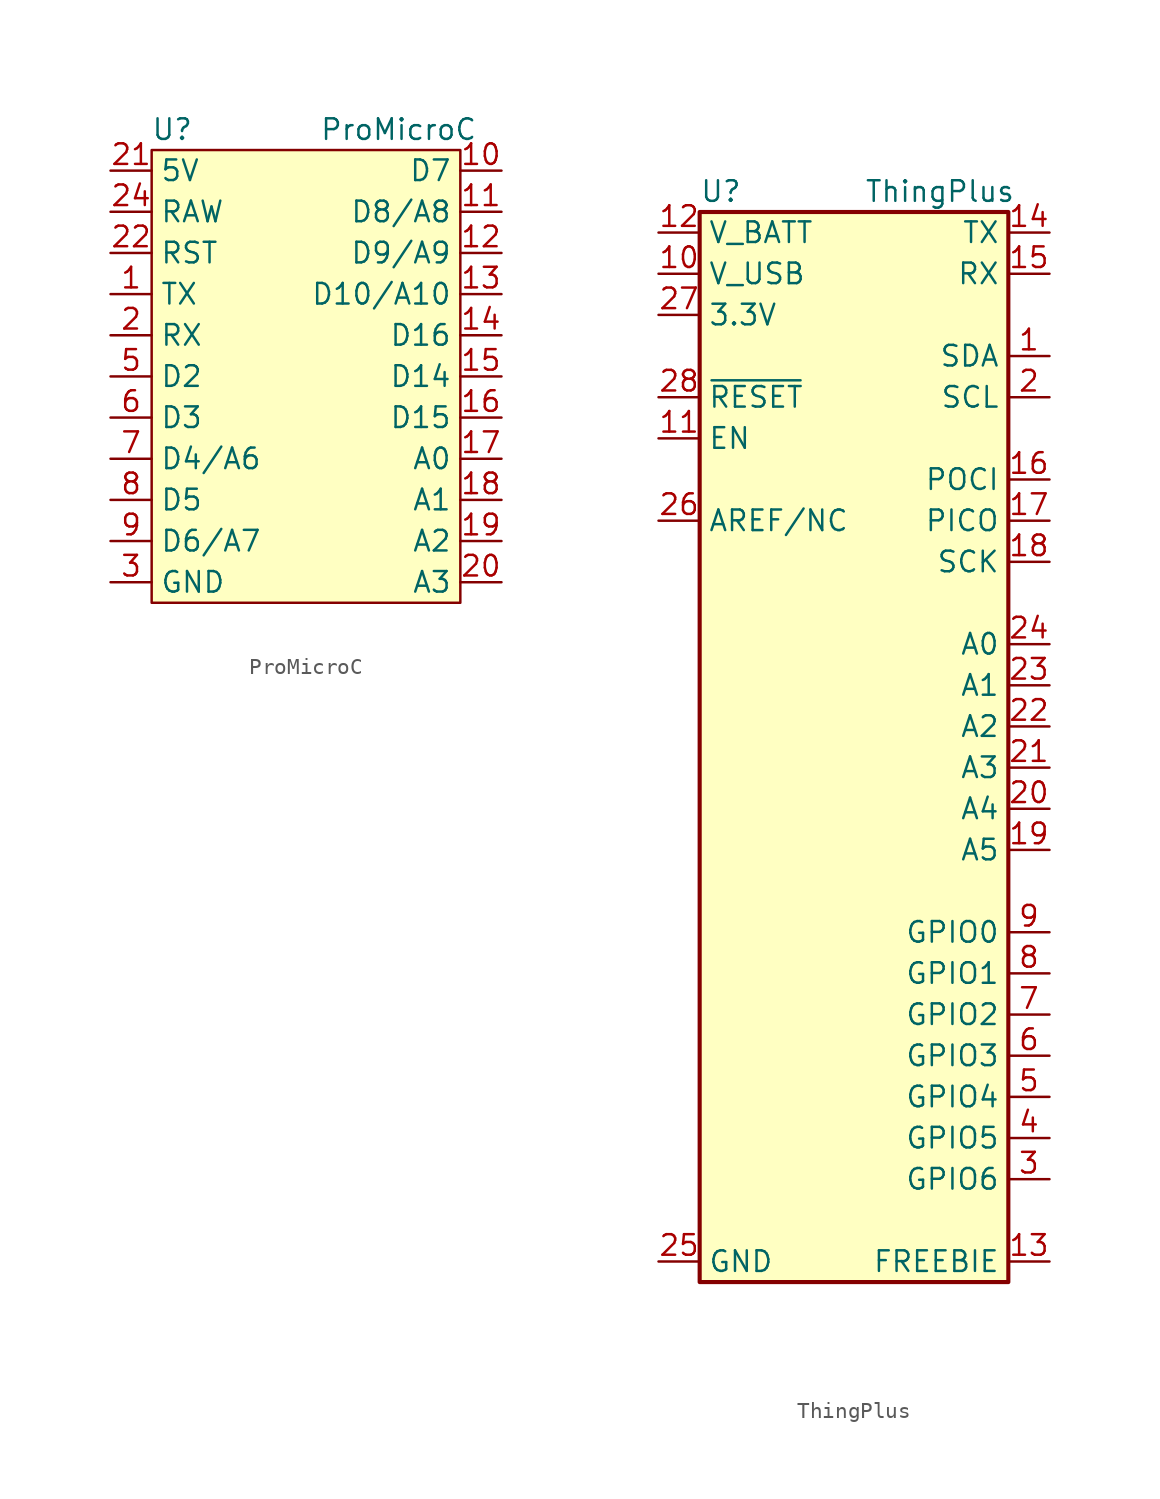
<source format=kicad_sym>
(kicad_symbol_lib
  (version 20220914)
  (generator kicad_symbol_editor)
  (symbol "ProMicroC"
    (property "Reference" "U"
      (at 1.27 0 0)
      (effects (font (size 1.27 1.27))))
    (property "Value" "ProMicroC"
      (at 15.24 0 0)
      (effects (font (size 1.27 1.27))))
    (symbol "ProMicroC_1_1"
      (rectangle (start 0 -1.27) (end 19.05 -29.21) (stroke (width 0) (type default)) (fill (type background)))
      (pin input line (at -2.54 -10.16 0) (length 2.54) (name "TX" (effects (font (size 1.27 1.27)))) (number "1" (effects (font (size 1.27 1.27)))))
      (pin input line (at 21.59 -2.54 180) (length 2.54) (name "D7" (effects (font (size 1.27 1.27)))) (number "10" (effects (font (size 1.27 1.27)))))
      (pin input line (at 21.59 -5.08 180) (length 2.54) (name "D8/A8" (effects (font (size 1.27 1.27)))) (number "11" (effects (font (size 1.27 1.27)))))
      (pin input line (at 21.59 -7.62 180) (length 2.54) (name "D9/A9" (effects (font (size 1.27 1.27)))) (number "12" (effects (font (size 1.27 1.27)))))
      (pin input line (at 21.59 -10.16 180) (length 2.54) (name "D10/A10" (effects (font (size 1.27 1.27)))) (number "13" (effects (font (size 1.27 1.27)))))
      (pin input line (at 21.59 -12.7 180) (length 2.54) (name "D16" (effects (font (size 1.27 1.27)))) (number "14" (effects (font (size 1.27 1.27)))))
      (pin input line (at 21.59 -15.24 180) (length 2.54) (name "D14" (effects (font (size 1.27 1.27)))) (number "15" (effects (font (size 1.27 1.27)))))
      (pin input line (at 21.59 -17.78 180) (length 2.54) (name "D15" (effects (font (size 1.27 1.27)))) (number "16" (effects (font (size 1.27 1.27)))))
      (pin input line (at 21.59 -20.32 180) (length 2.54) (name "A0" (effects (font (size 1.27 1.27)))) (number "17" (effects (font (size 1.27 1.27)))))
      (pin input line (at 21.59 -22.86 180) (length 2.54) (name "A1" (effects (font (size 1.27 1.27)))) (number "18" (effects (font (size 1.27 1.27)))))
      (pin input line (at 21.59 -25.4 180) (length 2.54) (name "A2" (effects (font (size 1.27 1.27)))) (number "19" (effects (font (size 1.27 1.27)))))
      (pin input line (at -2.54 -12.7 0) (length 2.54) (name "RX" (effects (font (size 1.27 1.27)))) (number "2" (effects (font (size 1.27 1.27)))))
      (pin input line (at 21.59 -27.94 180) (length 2.54) (name "A3" (effects (font (size 1.27 1.27)))) (number "20" (effects (font (size 1.27 1.27)))))
      (pin input line (at -2.54 -2.54 0) (length 2.54) (name "5V" (effects (font (size 1.27 1.27)))) (number "21" (effects (font (size 1.27 1.27)))))
      (pin input line (at -2.54 -7.62 0) (length 2.54) (name "RST" (effects (font (size 1.27 1.27)))) (number "22" (effects (font (size 1.27 1.27)))))
      (pin input line (at -2.54 -27.94 0) (length 2.54) hide (name "GND" (effects (font (size 1.27 1.27)))) (number "23" (effects (font (size 1.27 1.27)))))
      (pin input line (at -2.54 -5.08 0) (length 2.54) (name "RAW" (effects (font (size 1.27 1.27)))) (number "24" (effects (font (size 1.27 1.27)))))
      (pin input line (at -2.54 -27.94 0) (length 2.54) (name "GND" (effects (font (size 1.27 1.27)))) (number "3" (effects (font (size 1.27 1.27)))))
      (pin input line (at -2.54 -27.94 0) (length 2.54) hide (name "GND" (effects (font (size 1.27 1.27)))) (number "4" (effects (font (size 1.27 1.27)))))
      (pin input line (at -2.54 -15.24 0) (length 2.54) (name "D2" (effects (font (size 1.27 1.27)))) (number "5" (effects (font (size 1.27 1.27)))))
      (pin input line (at -2.54 -17.78 0) (length 2.54) (name "D3" (effects (font (size 1.27 1.27)))) (number "6" (effects (font (size 1.27 1.27)))))
      (pin input line (at -2.54 -20.32 0) (length 2.54) (name "D4/A6" (effects (font (size 1.27 1.27)))) (number "7" (effects (font (size 1.27 1.27)))))
      (pin input line (at -2.54 -22.86 0) (length 2.54) (name "D5" (effects (font (size 1.27 1.27)))) (number "8" (effects (font (size 1.27 1.27)))))
      (pin input line (at -2.54 -25.4 0) (length 2.54) (name "D6/A7" (effects (font (size 1.27 1.27)))) (number "9" (effects (font (size 1.27 1.27)))))))
  (symbol "ThingPlus"
    (property "Reference" "U"
      (at -10.16 33.02 0)
      (effects (font (size 1.27 1.27)) (justify left)))
    (property "Value" "ThingPlus"
      (at 0 33.02 0)
      (effects (font (size 1.27 1.27)) (justify left)))
    (symbol "ThingPlus_1_1"
      (rectangle (start -10.16 31.75) (end 8.89 -34.29) (stroke (width 0.254) (type default)) (fill (type background)))
      (pin bidirectional line (at 11.43 22.86 180) (length 2.54) (name "SDA" (effects (font (size 1.27 1.27)))) (number "1" (effects (font (size 1.27 1.27)))))
      (pin power_in line (at -12.7 27.94 0) (length 2.54) (name "V_USB" (effects (font (size 1.27 1.27)))) (number "10" (effects (font (size 1.27 1.27)))))
      (pin input line (at -12.7 17.78 0) (length 2.54) (name "EN" (effects (font (size 1.27 1.27)))) (number "11" (effects (font (size 1.27 1.27)))))
      (pin power_in line (at -12.7 30.48 0) (length 2.54) (name "V_BATT" (effects (font (size 1.27 1.27)))) (number "12" (effects (font (size 1.27 1.27)))))
      (pin bidirectional line (at 11.43 -33.02 180) (length 2.54) (name "FREEBIE" (effects (font (size 1.27 1.27)))) (number "13" (effects (font (size 1.27 1.27)))))
      (pin bidirectional line (at 11.43 30.48 180) (length 2.54) (name "TX" (effects (font (size 1.27 1.27)))) (number "14" (effects (font (size 1.27 1.27)))))
      (pin bidirectional line (at 11.43 27.94 180) (length 2.54) (name "RX" (effects (font (size 1.27 1.27)))) (number "15" (effects (font (size 1.27 1.27)))))
      (pin bidirectional line (at 11.43 15.24 180) (length 2.54) (name "POCI" (effects (font (size 1.27 1.27)))) (number "16" (effects (font (size 1.27 1.27)))))
      (pin bidirectional line (at 11.43 12.7 180) (length 2.54) (name "PICO" (effects (font (size 1.27 1.27)))) (number "17" (effects (font (size 1.27 1.27)))))
      (pin bidirectional line (at 11.43 10.16 180) (length 2.54) (name "SCK" (effects (font (size 1.27 1.27)))) (number "18" (effects (font (size 1.27 1.27)))))
      (pin bidirectional line (at 11.43 -7.62 180) (length 2.54) (name "A5" (effects (font (size 1.27 1.27)))) (number "19" (effects (font (size 1.27 1.27)))))
      (pin bidirectional line (at 11.43 20.32 180) (length 2.54) (name "SCL" (effects (font (size 1.27 1.27)))) (number "2" (effects (font (size 1.27 1.27)))))
      (pin bidirectional line (at 11.43 -5.08 180) (length 2.54) (name "A4" (effects (font (size 1.27 1.27)))) (number "20" (effects (font (size 1.27 1.27)))))
      (pin bidirectional line (at 11.43 -2.54 180) (length 2.54) (name "A3" (effects (font (size 1.27 1.27)))) (number "21" (effects (font (size 1.27 1.27)))))
      (pin bidirectional line (at 11.43 0 180) (length 2.54) (name "A2" (effects (font (size 1.27 1.27)))) (number "22" (effects (font (size 1.27 1.27)))))
      (pin bidirectional line (at 11.43 2.54 180) (length 2.54) (name "A1" (effects (font (size 1.27 1.27)))) (number "23" (effects (font (size 1.27 1.27)))))
      (pin bidirectional line (at 11.43 5.08 180) (length 2.54) (name "A0" (effects (font (size 1.27 1.27)))) (number "24" (effects (font (size 1.27 1.27)))))
      (pin power_in line (at -12.7 -33.02 0) (length 2.54) (name "GND" (effects (font (size 1.27 1.27)))) (number "25" (effects (font (size 1.27 1.27)))))
      (pin input line (at -12.7 12.7 0) (length 2.54) (name "AREF/NC" (effects (font (size 1.27 1.27)))) (number "26" (effects (font (size 1.27 1.27)))))
      (pin power_in line (at -12.7 25.4 0) (length 2.54) (name "3.3V" (effects (font (size 1.27 1.27)))) (number "27" (effects (font (size 1.27 1.27)))))
      (pin input line (at -12.7 20.32 0) (length 2.54) (name "~{RESET}" (effects (font (size 1.27 1.27)))) (number "28" (effects (font (size 1.27 1.27)))))
      (pin bidirectional line (at 11.43 -27.94 180) (length 2.54) (name "GPIO6" (effects (font (size 1.27 1.27)))) (number "3" (effects (font (size 1.27 1.27)))))
      (pin bidirectional line (at 11.43 -25.4 180) (length 2.54) (name "GPIO5" (effects (font (size 1.27 1.27)))) (number "4" (effects (font (size 1.27 1.27)))))
      (pin bidirectional line (at 11.43 -22.86 180) (length 2.54) (name "GPIO4" (effects (font (size 1.27 1.27)))) (number "5" (effects (font (size 1.27 1.27)))))
      (pin bidirectional line (at 11.43 -20.32 180) (length 2.54) (name "GPIO3" (effects (font (size 1.27 1.27)))) (number "6" (effects (font (size 1.27 1.27)))))
      (pin bidirectional line (at 11.43 -17.78 180) (length 2.54) (name "GPIO2" (effects (font (size 1.27 1.27)))) (number "7" (effects (font (size 1.27 1.27)))))
      (pin bidirectional line (at 11.43 -15.24 180) (length 2.54) (name "GPIO1" (effects (font (size 1.27 1.27)))) (number "8" (effects (font (size 1.27 1.27)))))
      (pin bidirectional line (at 11.43 -12.7 180) (length 2.54) (name "GPIO0" (effects (font (size 1.27 1.27)))) (number "9" (effects (font (size 1.27 1.27))))))))
</source>
